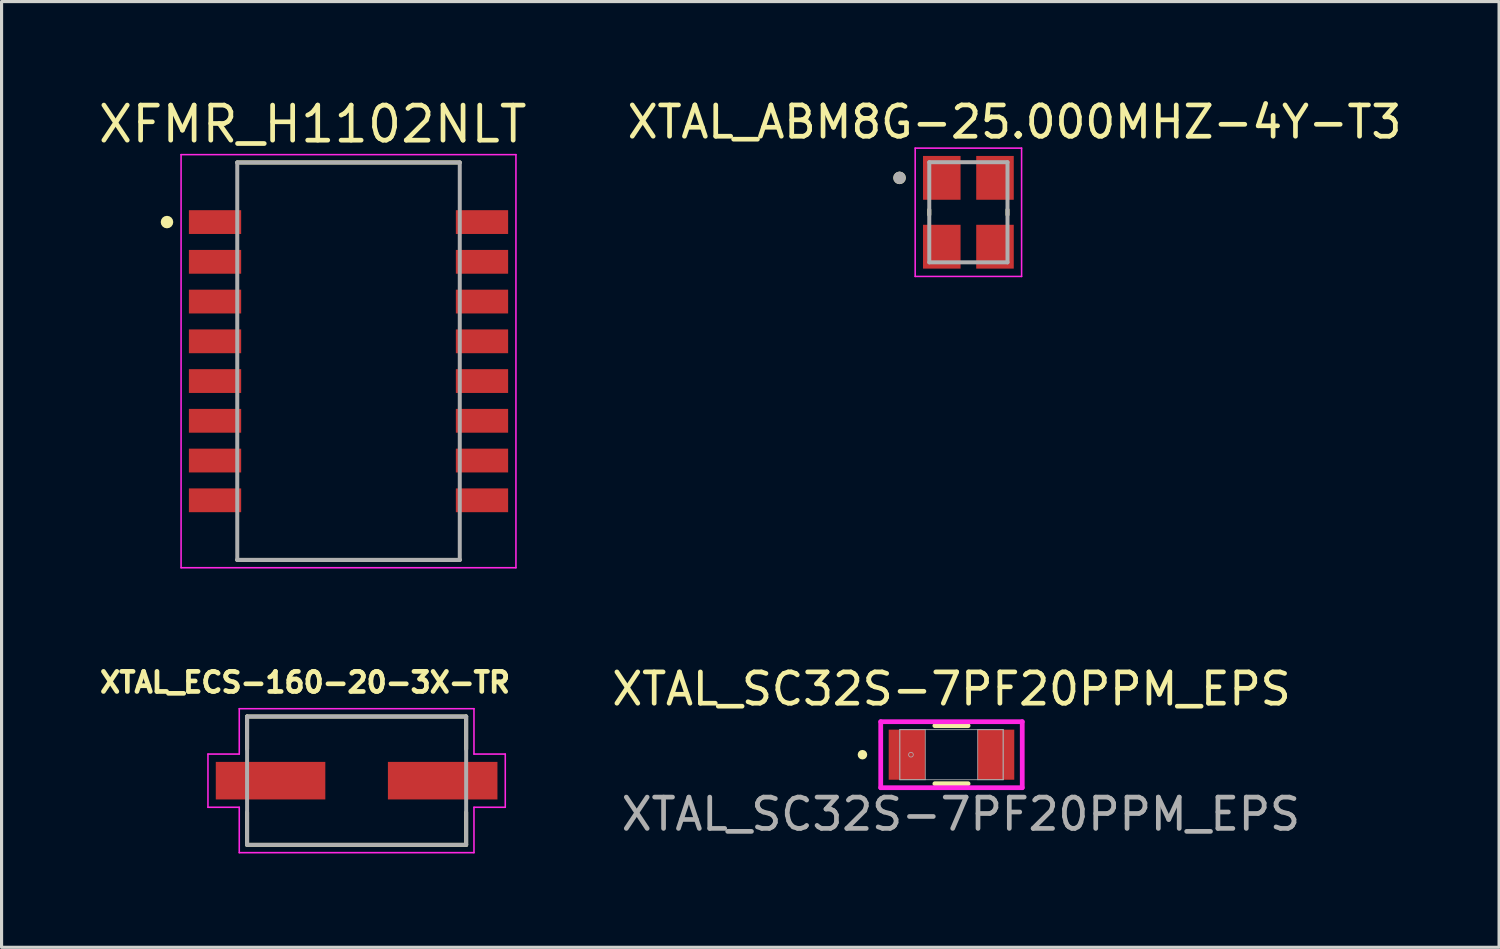
<source format=kicad_pcb>
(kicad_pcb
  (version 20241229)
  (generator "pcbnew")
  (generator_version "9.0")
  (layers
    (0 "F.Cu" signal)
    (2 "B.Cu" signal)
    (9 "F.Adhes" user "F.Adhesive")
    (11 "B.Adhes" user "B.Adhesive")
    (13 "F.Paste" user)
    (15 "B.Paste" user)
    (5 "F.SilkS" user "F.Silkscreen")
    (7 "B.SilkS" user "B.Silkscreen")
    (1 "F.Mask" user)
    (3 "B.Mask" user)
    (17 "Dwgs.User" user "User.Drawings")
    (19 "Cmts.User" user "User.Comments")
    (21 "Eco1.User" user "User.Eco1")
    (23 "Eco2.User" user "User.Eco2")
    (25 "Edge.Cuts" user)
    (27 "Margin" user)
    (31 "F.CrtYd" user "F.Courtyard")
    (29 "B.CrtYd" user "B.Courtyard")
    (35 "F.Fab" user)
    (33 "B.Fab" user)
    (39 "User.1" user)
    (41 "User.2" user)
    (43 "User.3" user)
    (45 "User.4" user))
  (footprint "XTAL_ECS-160-20-3X-TR"
    (layer "F.Cu")
    (at 8.345 21.895)
    (property "Reference" "XTAL_ECS-160-20-3X-TR" (at -1.648 -3.14 0) (layer "F.SilkS") (effects (font (size 0.641 0.641) (thickness 0.15))))
    (attr smd)
    (fp_line (start -3.5 -2.05) (end 3.5 -2.05) (stroke (width 0.127) (type solid)) (layer "F.SilkS"))
    (fp_line (start -3.5 -1.01) (end -3.5 -2.05) (stroke (width 0.127) (type solid)) (layer "F.SilkS"))
    (fp_line (start -3.5 2.05) (end -3.5 1.01) (stroke (width 0.127) (type solid)) (layer "F.SilkS"))
    (fp_line (start 3.5 -2.05) (end 3.5 -1.01) (stroke (width 0.127) (type solid)) (layer "F.SilkS"))
    (fp_line (start 3.5 1.01) (end 3.5 2.05) (stroke (width 0.127) (type solid)) (layer "F.SilkS"))
    (fp_line (start 3.5 2.05) (end -3.5 2.05) (stroke (width 0.127) (type solid)) (layer "F.SilkS"))
    (fp_line (start -4.75 -0.85) (end -4.75 0.85) (stroke (width 0.05) (type solid)) (layer "F.CrtYd"))
    (fp_line (start -4.75 0.85) (end -3.75 0.85) (stroke (width 0.05) (type solid)) (layer "F.CrtYd"))
    (fp_line (start -3.75 -2.3) (end -3.75 -0.85) (stroke (width 0.05) (type solid)) (layer "F.CrtYd"))
    (fp_line (start -3.75 -0.85) (end -4.75 -0.85) (stroke (width 0.05) (type solid)) (layer "F.CrtYd"))
    (fp_line (start -3.75 0.85) (end -3.75 2.3) (stroke (width 0.05) (type solid)) (layer "F.CrtYd"))
    (fp_line (start -3.75 2.3) (end 3.75 2.3) (stroke (width 0.05) (type solid)) (layer "F.CrtYd"))
    (fp_line (start 3.75 -2.3) (end -3.75 -2.3) (stroke (width 0.05) (type solid)) (layer "F.CrtYd"))
    (fp_line (start 3.75 -0.85) (end 3.75 -2.3) (stroke (width 0.05) (type solid)) (layer "F.CrtYd"))
    (fp_line (start 3.75 0.85) (end 4.75 0.85) (stroke (width 0.05) (type solid)) (layer "F.CrtYd"))
    (fp_line (start 3.75 2.3) (end 3.75 0.85) (stroke (width 0.05) (type solid)) (layer "F.CrtYd"))
    (fp_line (start 4.75 -0.85) (end 3.75 -0.85) (stroke (width 0.05) (type solid)) (layer "F.CrtYd"))
    (fp_line (start 4.75 0.85) (end 4.75 -0.85) (stroke (width 0.05) (type solid)) (layer "F.CrtYd"))
    (fp_line (start -3.5 -2.05) (end -3.5 2.05) (stroke (width 0.127) (type solid)) (layer "F.Fab"))
    (fp_line (start -3.5 2.05) (end 3.5 2.05) (stroke (width 0.127) (type solid)) (layer "F.Fab"))
    (fp_line (start 3.5 -2.05) (end -3.5 -2.05) (stroke (width 0.127) (type solid)) (layer "F.Fab"))
    (fp_line (start 3.5 2.05) (end 3.5 -2.05) (stroke (width 0.127) (type solid)) (layer "F.Fab"))
    (pad "1" smd rect (at -2.75 0) (size 3.5 1.2) (layers "F.Cu" "F.Mask" "F.Paste"))
    (pad "2" smd rect (at 2.75 0) (size 3.5 1.2) (layers "F.Cu" "F.Mask" "F.Paste")))
  (footprint "XTAL_ABM8G-25.000MHZ-4Y-T3"
    (layer "F.Cu")
    (at 27.893 3.733)
    (property "Reference" "XTAL_ABM8G-25.000MHZ-4Y-T3" (at 1.475 -2.885 0) (layer "F.SilkS") (effects (font (size 1 1) (thickness 0.15))))
    (attr smd)
    (fp_line (start -1.25 -0.08) (end -1.25 0.08) (stroke (width 0.127) (type solid)) (layer "F.SilkS"))
    (fp_line (start 1.25 -0.08) (end 1.25 0.08) (stroke (width 0.127) (type solid)) (layer "F.SilkS"))
    (fp_circle (center -2.2 -1.1) (end -2.1 -1.1) (stroke (width 0.2) (type solid)) (fill no) (layer "F.SilkS"))
    (fp_line (start -1.7 -2.05) (end -1.7 2.05) (stroke (width 0.05) (type solid)) (layer "F.CrtYd"))
    (fp_line (start -1.7 -2.05) (end 1.7 -2.05) (stroke (width 0.05) (type solid)) (layer "F.CrtYd"))
    (fp_line (start 1.7 -2.05) (end 1.7 2.05) (stroke (width 0.05) (type solid)) (layer "F.CrtYd"))
    (fp_line (start 1.7 2.05) (end -1.7 2.05) (stroke (width 0.05) (type solid)) (layer "F.CrtYd"))
    (fp_line (start -1.25 -1.6) (end -1.25 1.6) (stroke (width 0.127) (type solid)) (layer "F.Fab"))
    (fp_line (start -1.25 -1.6) (end 1.25 -1.6) (stroke (width 0.127) (type solid)) (layer "F.Fab"))
    (fp_line (start 1.25 -1.6) (end 1.25 1.6) (stroke (width 0.127) (type solid)) (layer "F.Fab"))
    (fp_line (start 1.25 1.6) (end -1.25 1.6) (stroke (width 0.127) (type solid)) (layer "F.Fab"))
    (fp_circle (center -2.2 -1.1) (end -2.1 -1.1) (stroke (width 0.2) (type solid)) (fill no) (layer "F.Fab"))
    (pad "1" smd rect (at -0.85 -1.1) (size 1.2 1.4) (layers "F.Cu" "F.Mask" "F.Paste"))
    (pad "2" smd rect (at -0.85 1.1) (size 1.2 1.4) (layers "F.Cu" "F.Mask" "F.Paste"))
    (pad "3" smd rect (at 0.85 1.1) (size 1.2 1.4) (layers "F.Cu" "F.Mask" "F.Paste"))
    (pad "4" smd rect (at 0.85 -1.1) (size 1.2 1.4) (layers "F.Cu" "F.Mask" "F.Paste")))
  (footprint "XFMR_H1102NLT"
    (layer "F.Cu")
    (at 8.086 8.491)
    (property "Reference" "XFMR_H1102NLT" (at -1.144 -7.573 0) (layer "F.SilkS") (effects (font (size 1.121 1.121) (thickness 0.15))))
    (attr smd)
    (fp_line (start -3.555 -6.35) (end 3.555 -6.35) (stroke (width 0.127) (type solid)) (layer "F.SilkS"))
    (fp_line (start -3.555 6.35) (end 3.555 6.35) (stroke (width 0.127) (type solid)) (layer "F.SilkS"))
    (fp_circle (center -5.8 -4.445) (end -5.7 -4.445) (stroke (width 0.2) (type solid)) (fill no) (layer "F.SilkS"))
    (fp_line (start -5.35 -6.6) (end -5.35 6.6) (stroke (width 0.05) (type solid)) (layer "F.CrtYd"))
    (fp_line (start -5.35 6.6) (end 5.35 6.6) (stroke (width 0.05) (type solid)) (layer "F.CrtYd"))
    (fp_line (start 5.35 -6.6) (end -5.35 -6.6) (stroke (width 0.05) (type solid)) (layer "F.CrtYd"))
    (fp_line (start 5.35 6.6) (end 5.35 -6.6) (stroke (width 0.05) (type solid)) (layer "F.CrtYd"))
    (fp_line (start -3.555 -6.35) (end 3.555 -6.35) (stroke (width 0.127) (type solid)) (layer "F.Fab"))
    (fp_line (start -3.555 6.35) (end -3.555 -6.35) (stroke (width 0.127) (type solid)) (layer "F.Fab"))
    (fp_line (start 3.555 -6.35) (end 3.555 6.35) (stroke (width 0.127) (type solid)) (layer "F.Fab"))
    (fp_line (start 3.555 6.35) (end -3.555 6.35) (stroke (width 0.127) (type solid)) (layer "F.Fab"))
    (pad "1" smd rect (at -4.265 -4.445) (size 1.67 0.76) (layers "F.Cu" "F.Mask" "F.Paste"))
    (pad "2" smd rect (at -4.265 -3.175) (size 1.67 0.76) (layers "F.Cu" "F.Mask" "F.Paste"))
    (pad "3" smd rect (at -4.265 -1.905) (size 1.67 0.76) (layers "F.Cu" "F.Mask" "F.Paste"))
    (pad "4" smd rect (at -4.265 -0.635) (size 1.67 0.76) (layers "F.Cu" "F.Mask" "F.Paste"))
    (pad "5" smd rect (at -4.265 0.635) (size 1.67 0.76) (layers "F.Cu" "F.Mask" "F.Paste"))
    (pad "6" smd rect (at -4.265 1.905) (size 1.67 0.76) (layers "F.Cu" "F.Mask" "F.Paste"))
    (pad "7" smd rect (at -4.265 3.175) (size 1.67 0.76) (layers "F.Cu" "F.Mask" "F.Paste"))
    (pad "8" smd rect (at -4.265 4.445) (size 1.67 0.76) (layers "F.Cu" "F.Mask" "F.Paste"))
    (pad "9" smd rect (at 4.265 4.445) (size 1.67 0.76) (layers "F.Cu" "F.Mask" "F.Paste"))
    (pad "10" smd rect (at 4.265 3.175) (size 1.67 0.76) (layers "F.Cu" "F.Mask" "F.Paste"))
    (pad "11" smd rect (at 4.265 1.905) (size 1.67 0.76) (layers "F.Cu" "F.Mask" "F.Paste"))
    (pad "12" smd rect (at 4.265 0.635) (size 1.67 0.76) (layers "F.Cu" "F.Mask" "F.Paste"))
    (pad "13" smd rect (at 4.265 -0.635) (size 1.67 0.76) (layers "F.Cu" "F.Mask" "F.Paste"))
    (pad "14" smd rect (at 4.265 -1.905) (size 1.67 0.76) (layers "F.Cu" "F.Mask" "F.Paste"))
    (pad "15" smd rect (at 4.265 -3.175) (size 1.67 0.76) (layers "F.Cu" "F.Mask" "F.Paste"))
    (pad "16" smd rect (at 4.265 -4.445) (size 1.67 0.76) (layers "F.Cu" "F.Mask" "F.Paste")))
  (footprint "XTAL_SC32S-7PF20PPM_EPS"
    (layer "F.Cu")
    (at 27.353 21.065)
    (property "Reference" "XTAL_SC32S-7PF20PPM_EPS" (at 0 -2.1 0) (unlocked yes) (layer "F.SilkS") (effects (font (size 1 1) (thickness 0.15))))
    (attr smd)
    (fp_line (start -0.531 0.927) (end 0.531 0.927) (stroke (width 0.152) (type solid)) (layer "F.SilkS"))
    (fp_line (start 0.531 -0.927) (end -0.531 -0.927) (stroke (width 0.152) (type solid)) (layer "F.SilkS"))
    (fp_circle (center -2.845 0) (end -2.769 0) (stroke (width 0.152) (type solid)) (fill no) (layer "F.SilkS"))
    (fp_line (start -2.261 -1.054) (end 2.261 -1.054) (stroke (width 0.152) (type solid)) (layer "F.CrtYd"))
    (fp_line (start -2.261 1.054) (end -2.261 -1.054) (stroke (width 0.152) (type solid)) (layer "F.CrtYd"))
    (fp_line (start 2.261 -1.054) (end 2.261 1.054) (stroke (width 0.152) (type solid)) (layer "F.CrtYd"))
    (fp_line (start 2.261 1.054) (end -2.261 1.054) (stroke (width 0.152) (type solid)) (layer "F.CrtYd"))
    (fp_line (start -1.651 -0.8) (end -1.651 0.8) (stroke (width 0.025) (type solid)) (layer "F.Fab"))
    (fp_line (start -1.651 -0.8) (end -1.651 0.8) (stroke (width 0.025) (type solid)) (layer "F.Fab"))
    (fp_line (start -1.651 0.8) (end -0.838 0.8) (stroke (width 0.025) (type solid)) (layer "F.Fab"))
    (fp_line (start -1.651 0.8) (end 1.651 0.8) (stroke (width 0.025) (type solid)) (layer "F.Fab"))
    (fp_line (start -0.838 -0.8) (end -1.651 -0.8) (stroke (width 0.025) (type solid)) (layer "F.Fab"))
    (fp_line (start -0.838 0.8) (end -0.838 -0.8) (stroke (width 0.025) (type solid)) (layer "F.Fab"))
    (fp_line (start 0.838 -0.8) (end 0.838 0.8) (stroke (width 0.025) (type solid)) (layer "F.Fab"))
    (fp_line (start 0.838 0.8) (end 1.651 0.8) (stroke (width 0.025) (type solid)) (layer "F.Fab"))
    (fp_line (start 1.651 -0.8) (end -1.651 -0.8) (stroke (width 0.025) (type solid)) (layer "F.Fab"))
    (fp_line (start 1.651 -0.8) (end 0.838 -0.8) (stroke (width 0.025) (type solid)) (layer "F.Fab"))
    (fp_line (start 1.651 0.8) (end 1.651 -0.8) (stroke (width 0.025) (type solid)) (layer "F.Fab"))
    (fp_line (start 1.651 0.8) (end 1.651 -0.8) (stroke (width 0.025) (type solid)) (layer "F.Fab"))
    (fp_circle (center -1.295 0) (end -1.219 0) (stroke (width 0.025) (type solid)) (fill no) (layer "F.Fab"))
    (fp_text user "${REFERENCE}" (at 0.3 1.9 0) (unlocked yes) (layer "F.Fab") (effects (font (size 1 1) (thickness 0.15))))
    (pad "1" smd rect (at -1.422 0) (size 1.168 1.6) (layers "F.Cu" "F.Mask" "F.Paste"))
    (pad "2" smd rect (at 1.422 0) (size 1.168 1.6) (layers "F.Cu" "F.Mask" "F.Paste"))
    (zone (net_name "") (layer "F.Cu") (hatch full 0.508) (connect_pads) (min_thickness 0.254) (filled_areas_thickness no) (keepout (tracks not_allowed) (vias not_allowed) (pads allowed) (copperpour not_allowed) (footprints allowed)) (placement (enabled no)) (fill) (polygon (pts (xy 26.566 20.315) (xy 28.14 20.315) (xy 28.14 21.814) (xy 26.566 21.814)))))
  (gr_rect
    (start -3 -3)
    (end 44.85 27.22)
    (stroke (width 0.1) (type default))
    (fill no)
    (layer "Edge.Cuts")))
</source>
